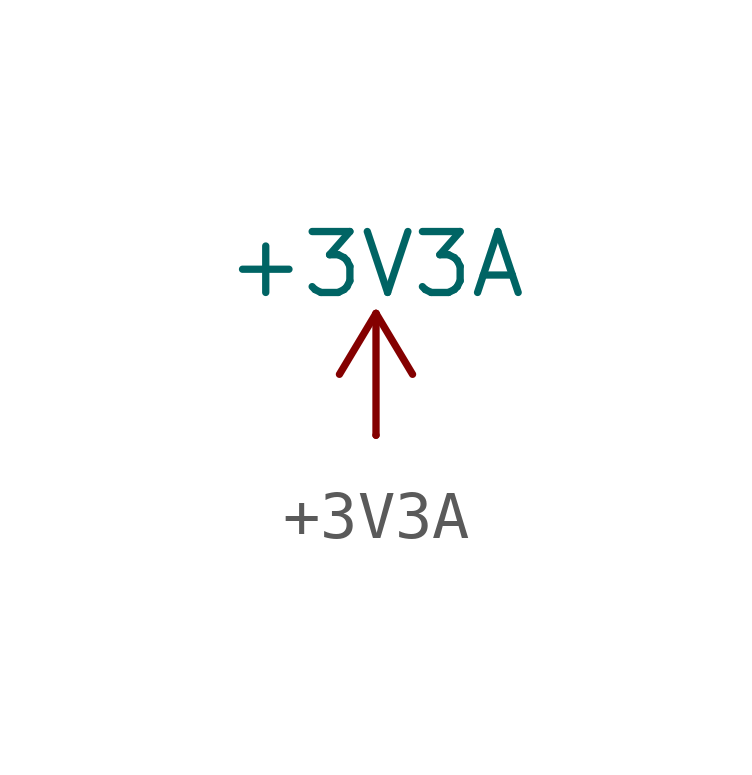
<source format=kicad_sym>
(kicad_symbol_lib
  (version 20241209)
  (generator "kicad_symbol_editor")
  (generator_version "9.0")
  (symbol "+3V3A"
    (power)
    (pin_numbers
      (hide yes))
    (pin_names
      (offset 0)
      (hide yes))
    (property "Reference" "#PWR"
      (at 0 -3.81 0)
      (effects (font (size 1.27 1.27)) (hide yes)))
    (property "Value" "+3V3A"
      (at 0 3.556 0)
      (do_not_autoplace)
      (effects (font (size 1.27 1.27))))
    (symbol "+3V3A_0_1"
      (polyline (pts (xy -0.762 1.27) (xy 0 2.54)) (stroke (width 0) (type default)) (fill (type none)))
      (polyline (pts (xy 0 2.54) (xy 0.762 1.27)) (stroke (width 0) (type default)) (fill (type none)))
      (polyline (pts (xy 0 0) (xy 0 2.54)) (stroke (width 0) (type default)) (fill (type none))))
    (symbol "+3V3A_1_1"
      (pin power_in line (at 0 0 90) (length 0) (name "~" (effects (font (size 1.27 1.27)))) (number "1" (effects (font (size 1.27 1.27))))))))
</source>
